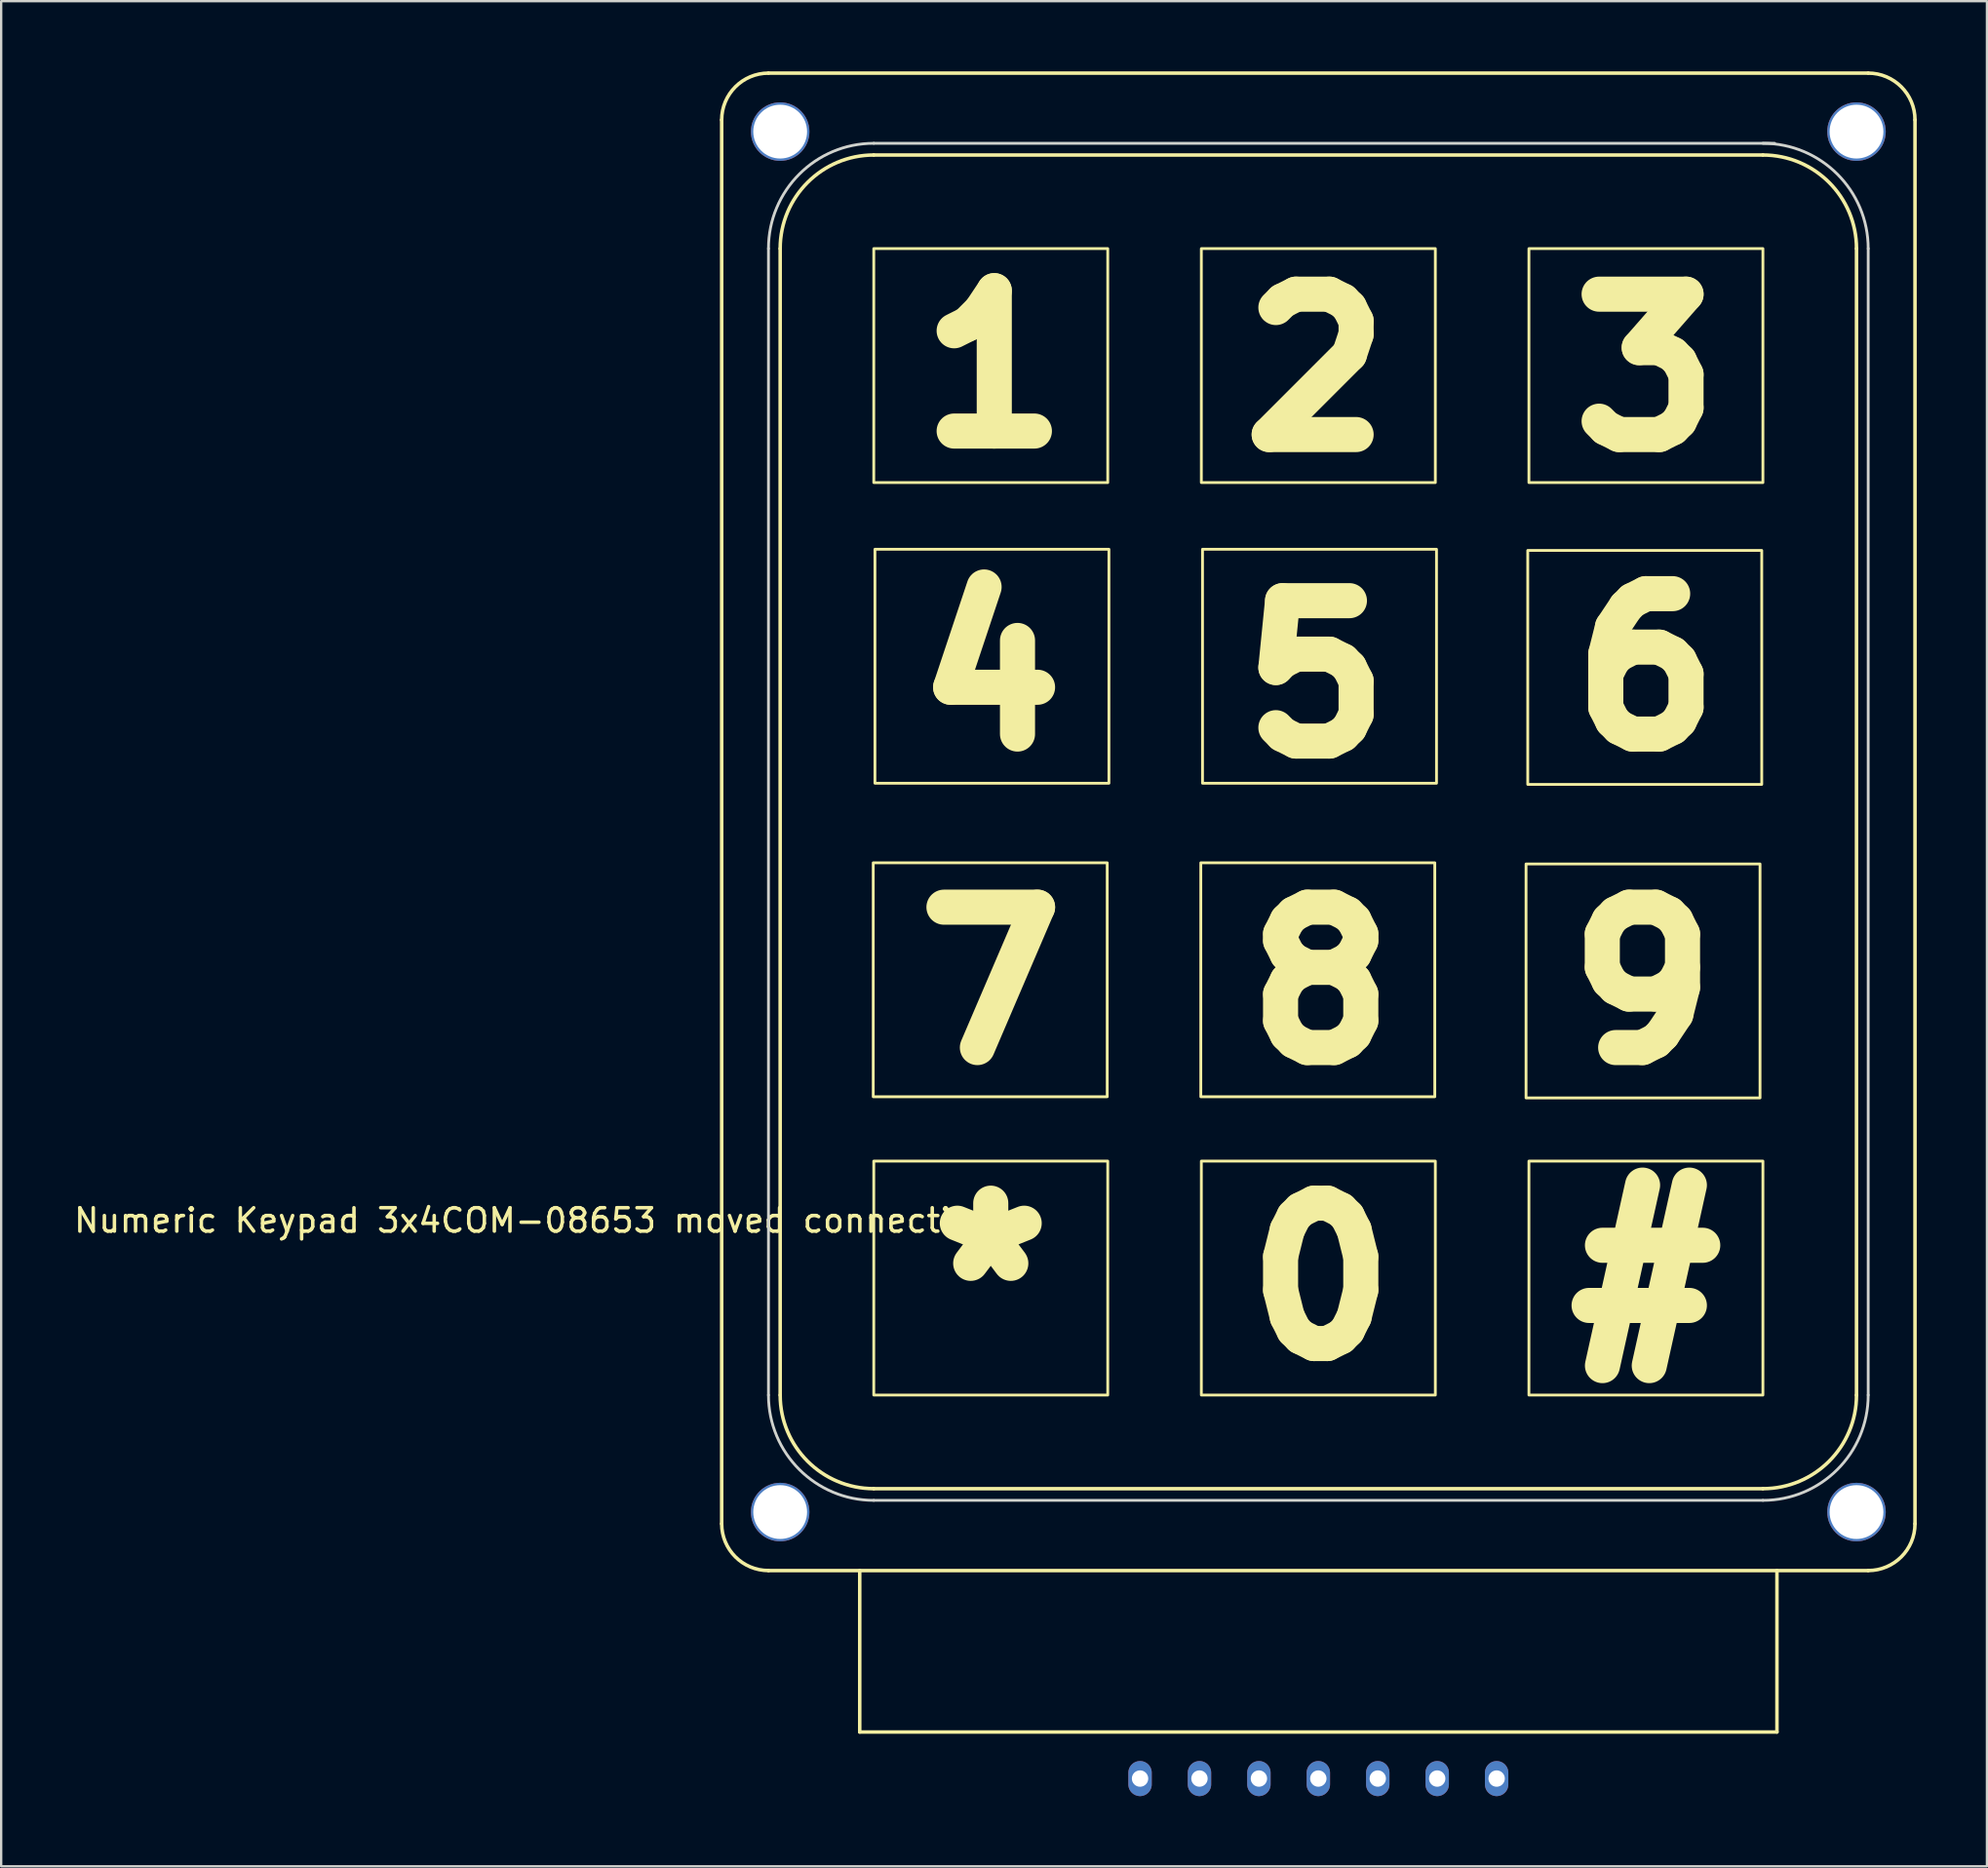
<source format=kicad_pcb>
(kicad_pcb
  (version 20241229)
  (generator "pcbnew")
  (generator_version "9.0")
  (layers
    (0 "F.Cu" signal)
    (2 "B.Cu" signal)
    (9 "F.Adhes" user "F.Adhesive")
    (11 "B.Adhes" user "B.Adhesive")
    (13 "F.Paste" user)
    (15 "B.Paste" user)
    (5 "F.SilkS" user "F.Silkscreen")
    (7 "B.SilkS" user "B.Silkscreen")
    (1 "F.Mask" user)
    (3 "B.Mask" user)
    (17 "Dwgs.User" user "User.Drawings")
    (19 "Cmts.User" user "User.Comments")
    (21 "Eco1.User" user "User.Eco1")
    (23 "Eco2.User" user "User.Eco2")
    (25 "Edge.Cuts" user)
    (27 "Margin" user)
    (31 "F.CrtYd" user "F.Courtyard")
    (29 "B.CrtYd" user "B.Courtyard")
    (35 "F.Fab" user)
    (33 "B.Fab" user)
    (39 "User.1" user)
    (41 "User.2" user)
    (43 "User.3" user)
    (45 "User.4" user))
  (footprint "Numeric Keypad 3x4COM-08653 moved connections"
    (layer "F.Cu")
    (at 53.293 64.075)
    (property "Reference" "Numeric Keypad 3x4COM-08653 moved connections" (at -33.12 -14.962 0) (unlocked yes) (layer "F.SilkS") (effects (font (size 1 1) (thickness 0.15))))
    (attr through_hole)
    (fp_line (start -25.5 -62) (end -25.5 -2) (stroke (width 0.15) (type solid)) (layer "F.SilkS"))
    (fp_line (start -23.5 0) (end 23.5 0) (stroke (width 0.15) (type solid)) (layer "F.SilkS"))
    (fp_line (start -23 -7.5) (end -23 -56.5) (stroke (width 0.15) (type solid)) (layer "F.SilkS"))
    (fp_line (start -19.6 0) (end -19.6 6.9) (stroke (width 0.15) (type solid)) (layer "F.SilkS"))
    (fp_line (start -19 -60.5) (end 19 -60.5) (stroke (width 0.15) (type solid)) (layer "F.SilkS"))
    (fp_line (start 19 -3.5) (end -19 -3.5) (stroke (width 0.15) (type solid)) (layer "F.SilkS"))
    (fp_line (start 19.6 0) (end 19.6 6.9) (stroke (width 0.15) (type solid)) (layer "F.SilkS"))
    (fp_line (start 19.6 6.9) (end -19.6 6.9) (stroke (width 0.15) (type solid)) (layer "F.SilkS"))
    (fp_line (start 23 -56.5) (end 23 -7.5) (stroke (width 0.15) (type solid)) (layer "F.SilkS"))
    (fp_line (start 23.5 -64) (end -23.5 -64) (stroke (width 0.15) (type solid)) (layer "F.SilkS"))
    (fp_line (start 25.5 -2) (end 25.5 -62) (stroke (width 0.15) (type solid)) (layer "F.SilkS"))
    (fp_rect (start -19.023 -20.25) (end -9.023 -30.25) (stroke (width 0.12) (type solid)) (fill no) (layer "F.SilkS"))
    (fp_rect (start -19 -46.5) (end -9 -56.5) (stroke (width 0.12) (type solid)) (fill no) (layer "F.SilkS"))
    (fp_rect (start -19 -7.5) (end -9 -17.5) (stroke (width 0.12) (type solid)) (fill no) (layer "F.SilkS"))
    (fp_rect (start -18.95 -33.65) (end -8.95 -43.65) (stroke (width 0.12) (type solid)) (fill no) (layer "F.SilkS"))
    (fp_rect (start -5.023 -20.25) (end 4.977 -30.25) (stroke (width 0.12) (type solid)) (fill no) (layer "F.SilkS"))
    (fp_rect (start -5 -46.5) (end 5 -56.5) (stroke (width 0.12) (type solid)) (fill no) (layer "F.SilkS"))
    (fp_rect (start -5 -7.5) (end 5 -17.5) (stroke (width 0.12) (type solid)) (fill no) (layer "F.SilkS"))
    (fp_rect (start -4.95 -33.65) (end 5.05 -43.65) (stroke (width 0.12) (type solid)) (fill no) (layer "F.SilkS"))
    (fp_rect (start 8.877 -20.2) (end 18.877 -30.2) (stroke (width 0.12) (type solid)) (fill no) (layer "F.SilkS"))
    (fp_rect (start 8.95 -33.6) (end 18.95 -43.6) (stroke (width 0.12) (type solid)) (fill no) (layer "F.SilkS"))
    (fp_rect (start 9 -46.5) (end 19 -56.5) (stroke (width 0.12) (type solid)) (fill no) (layer "F.SilkS"))
    (fp_rect (start 9 -7.5) (end 19 -17.5) (stroke (width 0.12) (type solid)) (fill no) (layer "F.SilkS"))
    (fp_arc (start -25.5 -62) (mid -24.914214 -63.414214) (end -23.5 -64) (stroke (width 0.15) (type solid)) (layer "F.SilkS"))
    (fp_arc (start -23.5 0) (mid -24.914214 -0.585786) (end -25.5 -2) (stroke (width 0.15) (type solid)) (layer "F.SilkS"))
    (fp_arc (start -23 -56.5) (mid -21.828427 -59.328427) (end -19 -60.5) (stroke (width 0.15) (type solid)) (layer "F.SilkS"))
    (fp_arc (start -19 -3.5) (mid -21.828427 -4.671573) (end -23 -7.5) (stroke (width 0.15) (type solid)) (layer "F.SilkS"))
    (fp_arc (start 19 -60.5) (mid 21.828427 -59.328427) (end 23 -56.5) (stroke (width 0.15) (type solid)) (layer "F.SilkS"))
    (fp_arc (start 23 -7.5) (mid 21.828427 -4.671573) (end 19 -3.5) (stroke (width 0.15) (type solid)) (layer "F.SilkS"))
    (fp_arc (start 23.5 -64) (mid 24.914214 -63.414214) (end 25.5 -62) (stroke (width 0.15) (type solid)) (layer "F.SilkS"))
    (fp_arc (start 25.5 -2) (mid 24.914214 -0.585786) (end 23.5 0) (stroke (width 0.15) (type solid)) (layer "F.SilkS"))
    (fp_line (start -23.5 -56.5) (end -23.5 -7.5) (stroke (width 0.12) (type solid)) (layer "Edge.Cuts"))
    (fp_line (start -19 -3) (end 19 -3) (stroke (width 0.12) (type solid)) (layer "Edge.Cuts"))
    (fp_line (start 19.5 -61) (end -19 -61) (stroke (width 0.12) (type solid)) (layer "Edge.Cuts"))
    (fp_line (start 23.5 -7.5) (end 23.5 -56.5) (stroke (width 0.12) (type solid)) (layer "Edge.Cuts"))
    (fp_arc (start -23.5 -56.5) (mid -22.181981 -59.681981) (end -19 -61) (stroke (width 0.12) (type solid)) (layer "Edge.Cuts"))
    (fp_arc (start -19 -3) (mid -22.181981 -4.318019) (end -23.5 -7.5) (stroke (width 0.12) (type solid)) (layer "Edge.Cuts"))
    (fp_arc (start 19 -61) (mid 22.181981 -59.681981) (end 23.5 -56.5) (stroke (width 0.12) (type solid)) (layer "Edge.Cuts"))
    (fp_arc (start 23.5 -7.5) (mid 22.181981 -4.318019) (end 19 -3) (stroke (width 0.12) (type solid)) (layer "Edge.Cuts"))
    (fp_text user "3" (at 14 -51.25 0) (unlocked yes) (layer "F.SilkS") (effects (font (size 6 6) (thickness 1.5))))
    (fp_text user "8" (at 0.1 -25.05 0) (unlocked yes) (layer "F.SilkS") (effects (font (size 6 6) (thickness 1.5))))
    (fp_text user "2" (at -0.1 -51.25 0) (unlocked yes) (layer "F.SilkS") (effects (font (size 6 6) (thickness 1.5))))
    (fp_text user "9" (at 13.85 -25.05 0) (unlocked yes) (layer "F.SilkS") (effects (font (size 6 6) (thickness 1.5))))
    (fp_text user "#" (at 14 -12.6 0) (unlocked yes) (layer "F.SilkS") (effects (font (size 6 6) (thickness 1.5))))
    (fp_text user "6" (at 14 -38.45 0) (unlocked yes) (layer "F.SilkS") (effects (font (size 6 6) (thickness 1.5))))
    (fp_text user "5" (at -0.1 -38.15 0) (unlocked yes) (layer "F.SilkS") (effects (font (size 6 6) (thickness 1.5))))
    (fp_text user "1" (at -13.85 -51.4 0) (unlocked yes) (layer "F.SilkS") (effects (font (size 6 6) (thickness 1.5))))
    (fp_text user "0" (at 0.1 -12.4 0) (unlocked yes) (layer "F.SilkS") (effects (font (size 6 6) (thickness 1.5))))
    (fp_text user "4" (at -14 -38.45 0) (unlocked yes) (layer "F.SilkS") (effects (font (size 6 6) (thickness 1.5))))
    (fp_text user "*" (at -14 -12.4 0) (unlocked yes) (layer "F.SilkS") (effects (font (size 6 6) (thickness 1.5))))
    (fp_text user "7" (at -14 -25.05 0) (unlocked yes) (layer "F.SilkS") (effects (font (size 6 6) (thickness 1.5))))
    (pad "" np_thru_hole circle (at -23 -61.5) (size 2.5 2.5) (drill 2.3) (layers "*.Cu" "*.Mask"))
    (pad "" np_thru_hole circle (at -23 -2.5) (size 2.5 2.5) (drill 2.3) (layers "*.Cu" "*.Mask"))
    (pad "" np_thru_hole circle (at 23 -61.5) (size 2.5 2.5) (drill 2.3) (layers "*.Cu" "*.Mask"))
    (pad "" np_thru_hole circle (at 23 -2.5) (size 2.5 2.5) (drill 2.3) (layers "*.Cu" "*.Mask"))
    (pad "1" thru_hole oval (at -7.62 8.89) (size 1 1.5) (drill 0.7) (layers "*.Cu" "*.Mask"))
    (pad "2" thru_hole oval (at -5.08 8.89) (size 1 1.5) (drill 0.7) (layers "*.Cu" "*.Mask"))
    (pad "3" thru_hole oval (at -2.54 8.89) (size 1 1.5) (drill 0.7) (layers "*.Cu" "*.Mask"))
    (pad "4" thru_hole oval (at 0 8.89) (size 1 1.5) (drill 0.7) (layers "*.Cu" "*.Mask"))
    (pad "5" thru_hole oval (at 2.54 8.89) (size 1 1.5) (drill 0.7) (layers "*.Cu" "*.Mask"))
    (pad "6" thru_hole oval (at 5.08 8.89) (size 1 1.5) (drill 0.7) (layers "*.Cu" "*.Mask"))
    (pad "7" thru_hole oval (at 7.62 8.89) (size 1 1.5) (drill 0.7) (layers "*.Cu" "*.Mask")))
  (gr_rect
    (start -3 -3)
    (end 81.868 76.715)
    (stroke (width 0.1) (type default))
    (fill no)
    (layer "Edge.Cuts")))
</source>
